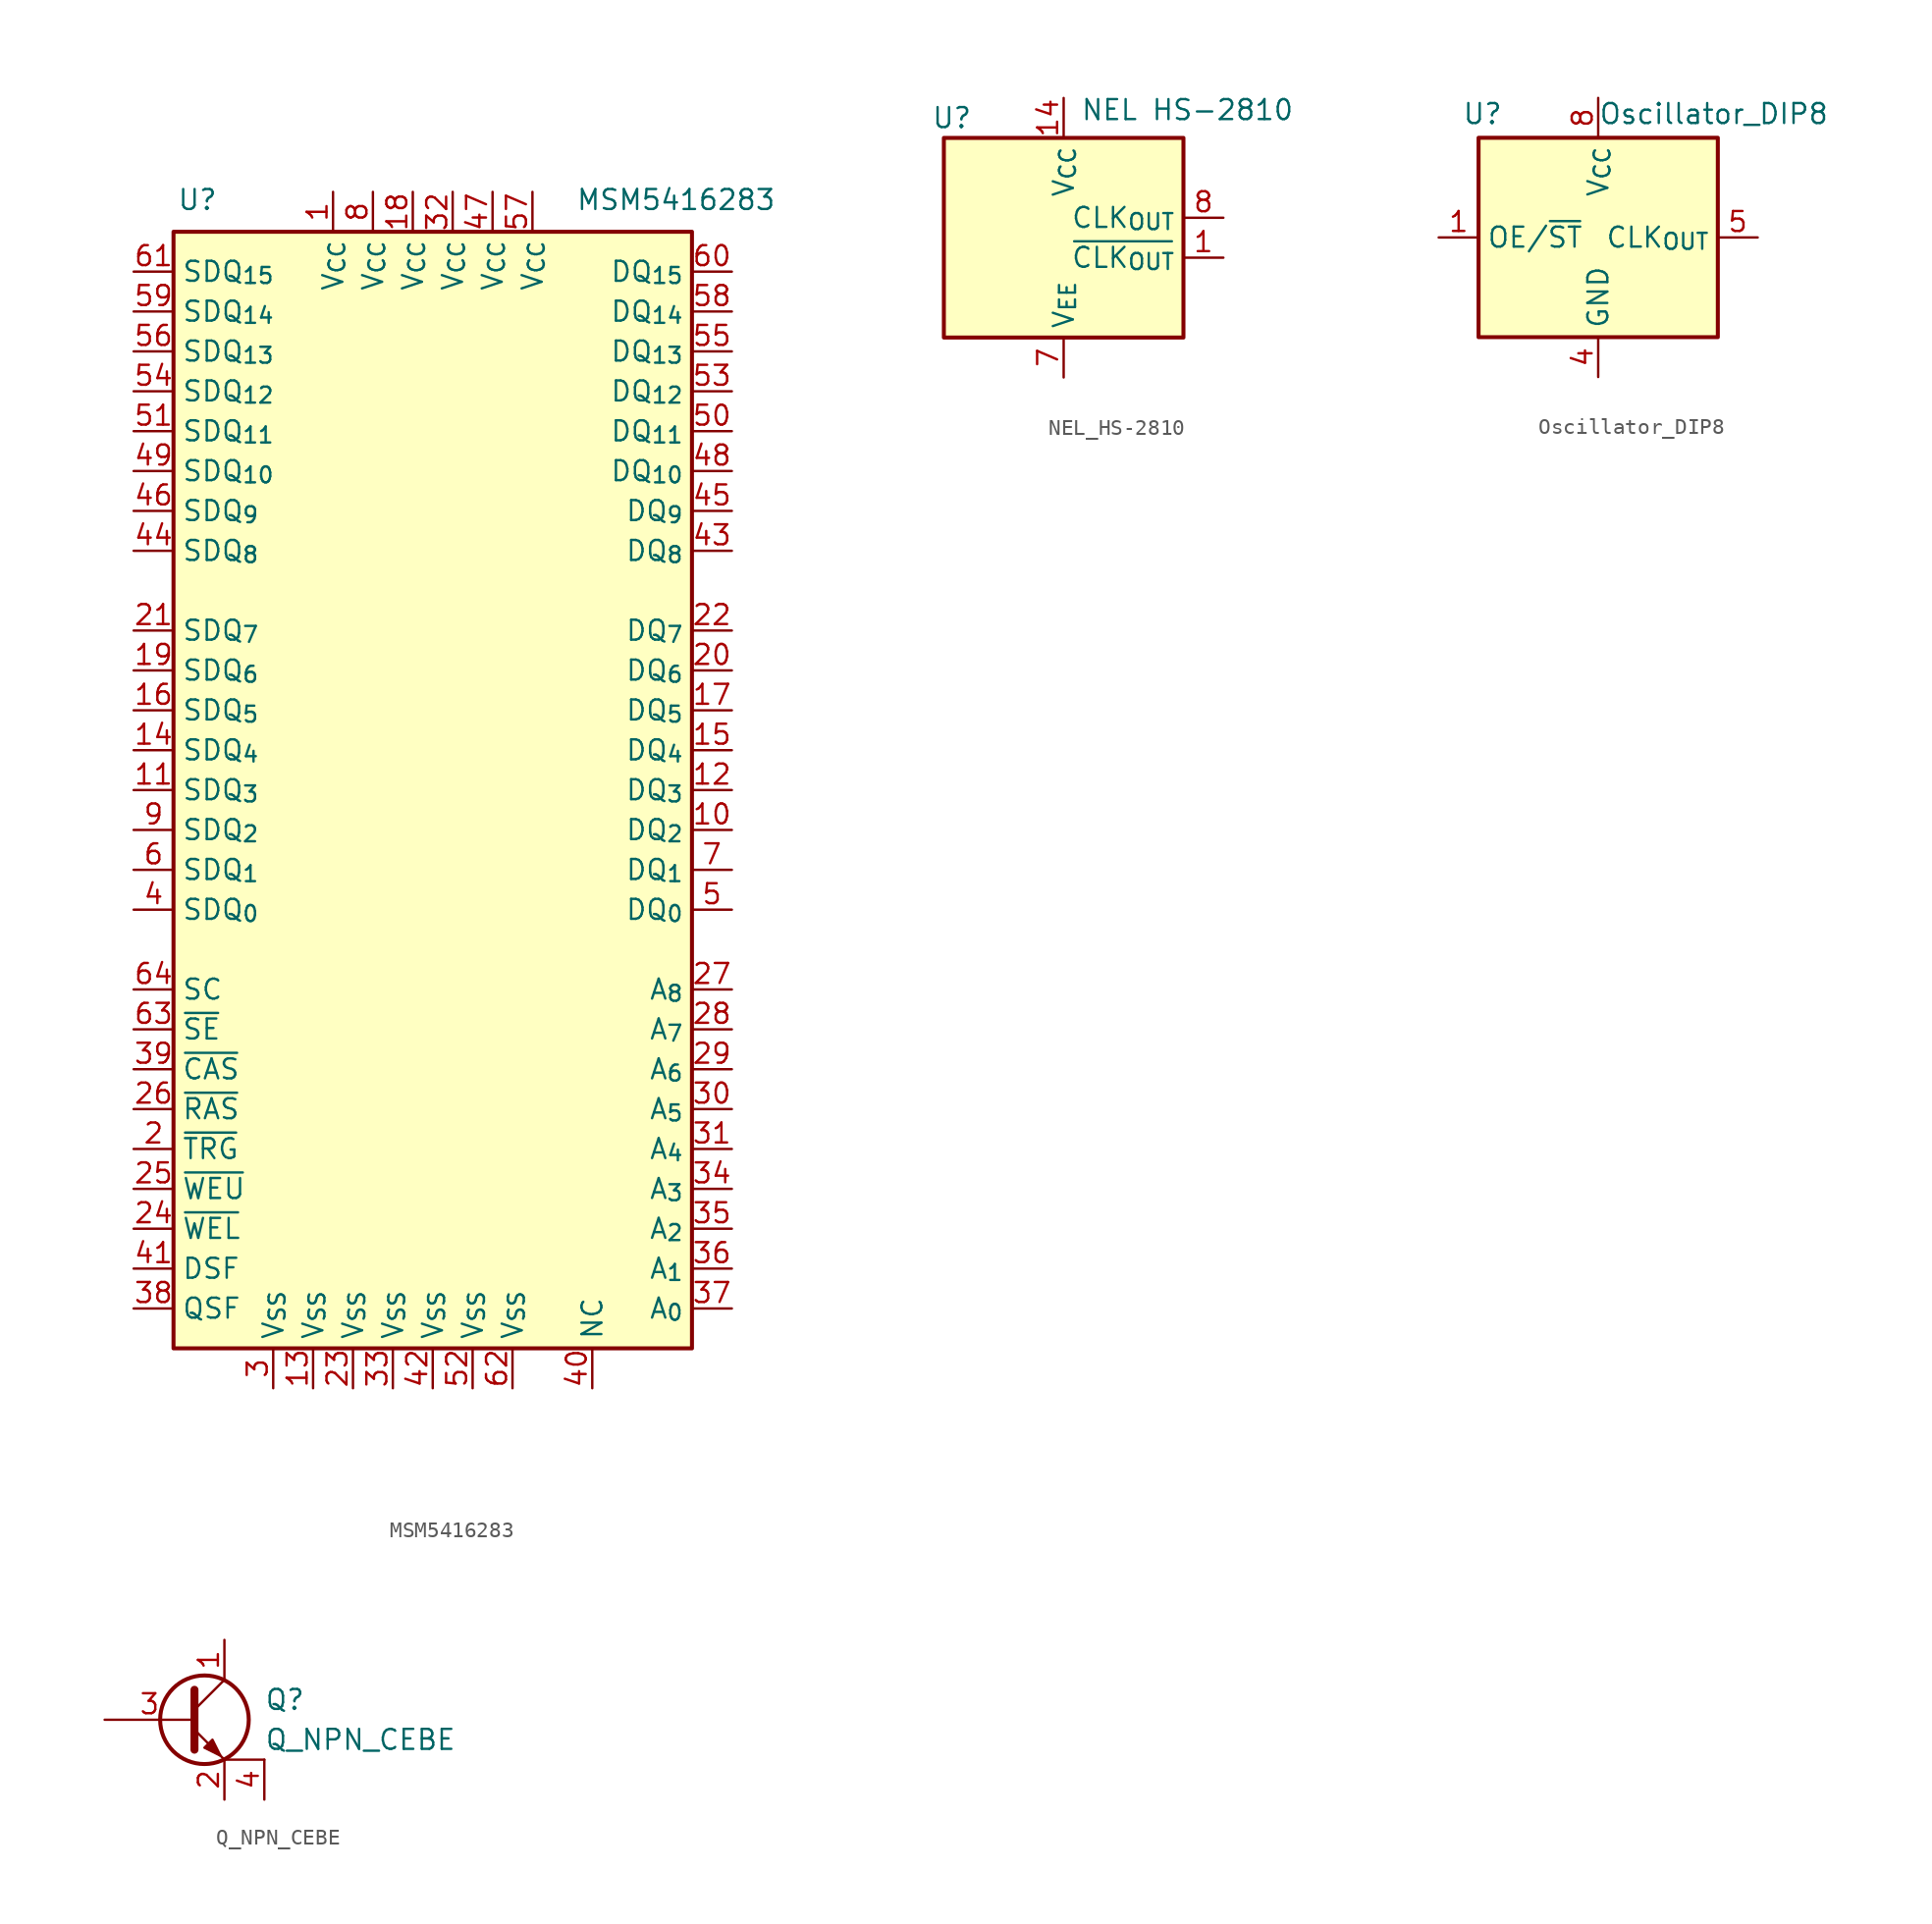
<source format=kicad_sym>
(kicad_symbol_lib
  (version 20231120)
  (generator "kicad_symbol_editor")
  (generator_version "8.0")
  (symbol "MSM5416283"
    (property "Reference" "U"
      (at -14.986 36.322 0)
      (effects (font (size 1.27 1.27))))
    (property "Value" "MSM5416283"
      (at 15.494 36.322 0)
      (effects (font (size 1.27 1.27))))
    (symbol "MSM5416283_1_1"
      (rectangle (start -16.51 34.29) (end 16.51 -36.83) (stroke (width 0.254) (type default)) (fill (type background)))
      (pin power_in line (at -6.35 36.83 270) (length 2.54) (name "V_{CC}" (effects (font (size 1.27 1.27)))) (number "1" (effects (font (size 1.27 1.27)))))
      (pin bidirectional line (at 19.05 -3.81 180) (length 2.54) (name "DQ_{2}" (effects (font (size 1.27 1.27)))) (number "10" (effects (font (size 1.27 1.27)))))
      (pin bidirectional line (at -19.05 -1.27 0) (length 2.54) (name "SDQ_{3}" (effects (font (size 1.27 1.27)))) (number "11" (effects (font (size 1.27 1.27)))))
      (pin bidirectional line (at 19.05 -1.27 180) (length 2.54) (name "DQ_{3}" (effects (font (size 1.27 1.27)))) (number "12" (effects (font (size 1.27 1.27)))))
      (pin power_in line (at -7.62 -39.37 90) (length 2.54) (name "V_{SS}" (effects (font (size 1.27 1.27)))) (number "13" (effects (font (size 1.27 1.27)))))
      (pin bidirectional line (at -19.05 1.27 0) (length 2.54) (name "SDQ_{4}" (effects (font (size 1.27 1.27)))) (number "14" (effects (font (size 1.27 1.27)))))
      (pin bidirectional line (at 19.05 1.27 180) (length 2.54) (name "DQ_{4}" (effects (font (size 1.27 1.27)))) (number "15" (effects (font (size 1.27 1.27)))))
      (pin bidirectional line (at -19.05 3.81 0) (length 2.54) (name "SDQ_{5}" (effects (font (size 1.27 1.27)))) (number "16" (effects (font (size 1.27 1.27)))))
      (pin bidirectional line (at 19.05 3.81 180) (length 2.54) (name "DQ_{5}" (effects (font (size 1.27 1.27)))) (number "17" (effects (font (size 1.27 1.27)))))
      (pin power_in line (at -1.27 36.83 270) (length 2.54) (name "V_{CC}" (effects (font (size 1.27 1.27)))) (number "18" (effects (font (size 1.27 1.27)))))
      (pin bidirectional line (at -19.05 6.35 0) (length 2.54) (name "SDQ_{6}" (effects (font (size 1.27 1.27)))) (number "19" (effects (font (size 1.27 1.27)))))
      (pin input line (at -19.05 -24.13 0) (length 2.54) (name "~{TRG}" (effects (font (size 1.27 1.27)))) (number "2" (effects (font (size 1.27 1.27)))))
      (pin bidirectional line (at 19.05 6.35 180) (length 2.54) (name "DQ_{6}" (effects (font (size 1.27 1.27)))) (number "20" (effects (font (size 1.27 1.27)))))
      (pin bidirectional line (at -19.05 8.89 0) (length 2.54) (name "SDQ_{7}" (effects (font (size 1.27 1.27)))) (number "21" (effects (font (size 1.27 1.27)))))
      (pin bidirectional line (at 19.05 8.89 180) (length 2.54) (name "DQ_{7}" (effects (font (size 1.27 1.27)))) (number "22" (effects (font (size 1.27 1.27)))))
      (pin power_in line (at -5.08 -39.37 90) (length 2.54) (name "V_{SS}" (effects (font (size 1.27 1.27)))) (number "23" (effects (font (size 1.27 1.27)))))
      (pin input line (at -19.05 -29.21 0) (length 2.54) (name "~{WEL}" (effects (font (size 1.27 1.27)))) (number "24" (effects (font (size 1.27 1.27)))))
      (pin input line (at -19.05 -26.67 0) (length 2.54) (name "~{WEU}" (effects (font (size 1.27 1.27)))) (number "25" (effects (font (size 1.27 1.27)))))
      (pin input line (at -19.05 -21.59 0) (length 2.54) (name "~{RAS}" (effects (font (size 1.27 1.27)))) (number "26" (effects (font (size 1.27 1.27)))))
      (pin input line (at 19.05 -13.97 180) (length 2.54) (name "A_{8}" (effects (font (size 1.27 1.27)))) (number "27" (effects (font (size 1.27 1.27)))))
      (pin input line (at 19.05 -16.51 180) (length 2.54) (name "A_{7}" (effects (font (size 1.27 1.27)))) (number "28" (effects (font (size 1.27 1.27)))))
      (pin input line (at 19.05 -19.05 180) (length 2.54) (name "A_{6}" (effects (font (size 1.27 1.27)))) (number "29" (effects (font (size 1.27 1.27)))))
      (pin power_in line (at -10.16 -39.37 90) (length 2.54) (name "V_{SS}" (effects (font (size 1.27 1.27)))) (number "3" (effects (font (size 1.27 1.27)))))
      (pin input line (at 19.05 -21.59 180) (length 2.54) (name "A_{5}" (effects (font (size 1.27 1.27)))) (number "30" (effects (font (size 1.27 1.27)))))
      (pin input line (at 19.05 -24.13 180) (length 2.54) (name "A_{4}" (effects (font (size 1.27 1.27)))) (number "31" (effects (font (size 1.27 1.27)))))
      (pin power_in line (at 1.27 36.83 270) (length 2.54) (name "V_{CC}" (effects (font (size 1.27 1.27)))) (number "32" (effects (font (size 1.27 1.27)))))
      (pin power_in line (at -2.54 -39.37 90) (length 2.54) (name "V_{SS}" (effects (font (size 1.27 1.27)))) (number "33" (effects (font (size 1.27 1.27)))))
      (pin input line (at 19.05 -26.67 180) (length 2.54) (name "A_{3}" (effects (font (size 1.27 1.27)))) (number "34" (effects (font (size 1.27 1.27)))))
      (pin input line (at 19.05 -29.21 180) (length 2.54) (name "A_{2}" (effects (font (size 1.27 1.27)))) (number "35" (effects (font (size 1.27 1.27)))))
      (pin input line (at 19.05 -31.75 180) (length 2.54) (name "A_{1}" (effects (font (size 1.27 1.27)))) (number "36" (effects (font (size 1.27 1.27)))))
      (pin input line (at 19.05 -34.29 180) (length 2.54) (name "A_{0}" (effects (font (size 1.27 1.27)))) (number "37" (effects (font (size 1.27 1.27)))))
      (pin output line (at -19.05 -34.29 0) (length 2.54) (name "QSF" (effects (font (size 1.27 1.27)))) (number "38" (effects (font (size 1.27 1.27)))))
      (pin input line (at -19.05 -19.05 0) (length 2.54) (name "~{CAS}" (effects (font (size 1.27 1.27)))) (number "39" (effects (font (size 1.27 1.27)))))
      (pin bidirectional line (at -19.05 -8.89 0) (length 2.54) (name "SDQ_{0}" (effects (font (size 1.27 1.27)))) (number "4" (effects (font (size 1.27 1.27)))))
      (pin passive line (at 10.16 -39.37 90) (length 2.54) (name "NC" (effects (font (size 1.27 1.27)))) (number "40" (effects (font (size 1.27 1.27)))))
      (pin input line (at -19.05 -31.75 0) (length 2.54) (name "DSF" (effects (font (size 1.27 1.27)))) (number "41" (effects (font (size 1.27 1.27)))))
      (pin power_in line (at 0 -39.37 90) (length 2.54) (name "V_{SS}" (effects (font (size 1.27 1.27)))) (number "42" (effects (font (size 1.27 1.27)))))
      (pin bidirectional line (at 19.05 13.97 180) (length 2.54) (name "DQ_{8}" (effects (font (size 1.27 1.27)))) (number "43" (effects (font (size 1.27 1.27)))))
      (pin bidirectional line (at -19.05 13.97 0) (length 2.54) (name "SDQ_{8}" (effects (font (size 1.27 1.27)))) (number "44" (effects (font (size 1.27 1.27)))))
      (pin bidirectional line (at 19.05 16.51 180) (length 2.54) (name "DQ_{9}" (effects (font (size 1.27 1.27)))) (number "45" (effects (font (size 1.27 1.27)))))
      (pin bidirectional line (at -19.05 16.51 0) (length 2.54) (name "SDQ_{9}" (effects (font (size 1.27 1.27)))) (number "46" (effects (font (size 1.27 1.27)))))
      (pin power_in line (at 3.81 36.83 270) (length 2.54) (name "V_{CC}" (effects (font (size 1.27 1.27)))) (number "47" (effects (font (size 1.27 1.27)))))
      (pin bidirectional line (at 19.05 19.05 180) (length 2.54) (name "DQ_{10}" (effects (font (size 1.27 1.27)))) (number "48" (effects (font (size 1.27 1.27)))))
      (pin bidirectional line (at -19.05 19.05 0) (length 2.54) (name "SDQ_{10}" (effects (font (size 1.27 1.27)))) (number "49" (effects (font (size 1.27 1.27)))))
      (pin bidirectional line (at 19.05 -8.89 180) (length 2.54) (name "DQ_{0}" (effects (font (size 1.27 1.27)))) (number "5" (effects (font (size 1.27 1.27)))))
      (pin bidirectional line (at 19.05 21.59 180) (length 2.54) (name "DQ_{11}" (effects (font (size 1.27 1.27)))) (number "50" (effects (font (size 1.27 1.27)))))
      (pin bidirectional line (at -19.05 21.59 0) (length 2.54) (name "SDQ_{11}" (effects (font (size 1.27 1.27)))) (number "51" (effects (font (size 1.27 1.27)))))
      (pin power_in line (at 2.54 -39.37 90) (length 2.54) (name "V_{SS}" (effects (font (size 1.27 1.27)))) (number "52" (effects (font (size 1.27 1.27)))))
      (pin bidirectional line (at 19.05 24.13 180) (length 2.54) (name "DQ_{12}" (effects (font (size 1.27 1.27)))) (number "53" (effects (font (size 1.27 1.27)))))
      (pin bidirectional line (at -19.05 24.13 0) (length 2.54) (name "SDQ_{12}" (effects (font (size 1.27 1.27)))) (number "54" (effects (font (size 1.27 1.27)))))
      (pin bidirectional line (at 19.05 26.67 180) (length 2.54) (name "DQ_{13}" (effects (font (size 1.27 1.27)))) (number "55" (effects (font (size 1.27 1.27)))))
      (pin bidirectional line (at -19.05 26.67 0) (length 2.54) (name "SDQ_{13}" (effects (font (size 1.27 1.27)))) (number "56" (effects (font (size 1.27 1.27)))))
      (pin power_in line (at 6.35 36.83 270) (length 2.54) (name "V_{CC}" (effects (font (size 1.27 1.27)))) (number "57" (effects (font (size 1.27 1.27)))))
      (pin bidirectional line (at 19.05 29.21 180) (length 2.54) (name "DQ_{14}" (effects (font (size 1.27 1.27)))) (number "58" (effects (font (size 1.27 1.27)))))
      (pin bidirectional line (at -19.05 29.21 0) (length 2.54) (name "SDQ_{14}" (effects (font (size 1.27 1.27)))) (number "59" (effects (font (size 1.27 1.27)))))
      (pin bidirectional line (at -19.05 -6.35 0) (length 2.54) (name "SDQ_{1}" (effects (font (size 1.27 1.27)))) (number "6" (effects (font (size 1.27 1.27)))))
      (pin bidirectional line (at 19.05 31.75 180) (length 2.54) (name "DQ_{15}" (effects (font (size 1.27 1.27)))) (number "60" (effects (font (size 1.27 1.27)))))
      (pin bidirectional line (at -19.05 31.75 0) (length 2.54) (name "SDQ_{15}" (effects (font (size 1.27 1.27)))) (number "61" (effects (font (size 1.27 1.27)))))
      (pin power_in line (at 5.08 -39.37 90) (length 2.54) (name "V_{SS}" (effects (font (size 1.27 1.27)))) (number "62" (effects (font (size 1.27 1.27)))))
      (pin input line (at -19.05 -16.51 0) (length 2.54) (name "~{SE}" (effects (font (size 1.27 1.27)))) (number "63" (effects (font (size 1.27 1.27)))))
      (pin input line (at -19.05 -13.97 0) (length 2.54) (name "SC" (effects (font (size 1.27 1.27)))) (number "64" (effects (font (size 1.27 1.27)))))
      (pin bidirectional line (at 19.05 -6.35 180) (length 2.54) (name "DQ_{1}" (effects (font (size 1.27 1.27)))) (number "7" (effects (font (size 1.27 1.27)))))
      (pin power_in line (at -3.81 36.83 270) (length 2.54) (name "V_{CC}" (effects (font (size 1.27 1.27)))) (number "8" (effects (font (size 1.27 1.27)))))
      (pin bidirectional line (at -19.05 -3.81 0) (length 2.54) (name "SDQ_{2}" (effects (font (size 1.27 1.27)))) (number "9" (effects (font (size 1.27 1.27)))))))
  (symbol "NEL_HS-2810"
    (property "Reference" "U"
      (at -7.112 7.62 0)
      (effects (font (size 1.27 1.27))))
    (property "Value" "NEL HS-2810"
      (at 7.874 8.128 0)
      (effects (font (size 1.27 1.27))))
    (symbol "NEL_HS-2810_1_1"
      (rectangle (start -7.62 6.35) (end 7.62 -6.35) (stroke (width 0.254) (type default)) (fill (type background)))
      (pin open_emitter line (at 10.16 -1.27 180) (length 2.54) (name "~{CLK_{OUT}}" (effects (font (size 1.27 1.27)))) (number "1" (effects (font (size 1.27 1.27)))))
      (pin power_in line (at 0 8.89 270) (length 2.54) (name "V_{CC}" (effects (font (size 1.27 1.27)))) (number "14" (effects (font (size 1.27 1.27)))))
      (pin power_in line (at 0 -8.89 90) (length 2.54) (name "V_{EE}" (effects (font (size 1.27 1.27)))) (number "7" (effects (font (size 1.27 1.27)))))
      (pin open_emitter line (at 10.16 1.27 180) (length 2.54) (name "CLK_{OUT}" (effects (font (size 1.27 1.27)))) (number "8" (effects (font (size 1.27 1.27)))))))
  (symbol "Oscillator_DIP8"
    (property "Reference" "U"
      (at -7.366 7.874 0)
      (effects (font (size 1.27 1.27))))
    (property "Value" "Oscillator_DIP8"
      (at 7.366 7.874 0)
      (effects (font (size 1.27 1.27))))
    (symbol "Oscillator_DIP8_1_1"
      (rectangle (start -7.62 6.35) (end 7.62 -6.35) (stroke (width 0.254) (type default)) (fill (type background)))
      (pin input line (at -10.16 0 0) (length 2.54) (name "OE/~{ST}" (effects (font (size 1.27 1.27)))) (number "1" (effects (font (size 1.27 1.27)))))
      (pin power_in line (at 0 -8.89 90) (length 2.54) (name "GND" (effects (font (size 1.27 1.27)))) (number "4" (effects (font (size 1.27 1.27)))))
      (pin output line (at 10.16 0 180) (length 2.54) (name "CLK_{OUT}" (effects (font (size 1.27 1.27)))) (number "5" (effects (font (size 1.27 1.27)))))
      (pin power_in line (at 0 8.89 270) (length 2.54) (name "V_{CC}" (effects (font (size 1.27 1.27)))) (number "8" (effects (font (size 1.27 1.27)))))))
  (symbol "Q_NPN_CEBE"
    (pin_names
      (offset 0) hide)
    (property "Reference" "Q"
      (at 5.08 1.27 0)
      (effects (font (size 1.27 1.27)) (justify left)))
    (property "Value" "Q_NPN_CEBE"
      (at 5.08 -1.27 0)
      (effects (font (size 1.27 1.27)) (justify left)))
    (symbol "Q_NPN_CEBE_0_1"
      (polyline (pts (xy 0.635 0.635) (xy 2.54 2.54)) (stroke (width 0) (type default)) (fill (type none)))
      (polyline (pts (xy 5.08 -2.54) (xy 2.54 -2.54)) (stroke (width 0) (type default)) (fill (type none)))
      (polyline (pts (xy 0.635 -0.635) (xy 2.54 -2.54) (xy 2.54 -2.54)) (stroke (width 0) (type default)) (fill (type none)))
      (polyline (pts (xy 0.635 1.905) (xy 0.635 -1.905) (xy 0.635 -1.905)) (stroke (width 0.508) (type default)) (fill (type none)))
      (polyline (pts (xy 1.27 -1.778) (xy 1.778 -1.27) (xy 2.286 -2.286) (xy 1.27 -1.778) (xy 1.27 -1.778)) (stroke (width 0) (type default)) (fill (type outline)))
      (circle (center 1.27 0) (radius 2.819) (stroke (width 0.254) (type default)) (fill (type none))))
    (symbol "Q_NPN_CEBE_1_1"
      (pin passive line (at 2.54 5.08 270) (length 2.54) (name "C" (effects (font (size 1.27 1.27)))) (number "1" (effects (font (size 1.27 1.27)))))
      (pin passive line (at 2.54 -5.08 90) (length 2.54) (name "E" (effects (font (size 1.27 1.27)))) (number "2" (effects (font (size 1.27 1.27)))))
      (pin input line (at -5.08 0 0) (length 5.715) (name "B" (effects (font (size 1.27 1.27)))) (number "3" (effects (font (size 1.27 1.27)))))
      (pin passive line (at 5.08 -5.08 90) (length 2.54) (name "E" (effects (font (size 1.27 1.27)))) (number "4" (effects (font (size 1.27 1.27))))))))
</source>
